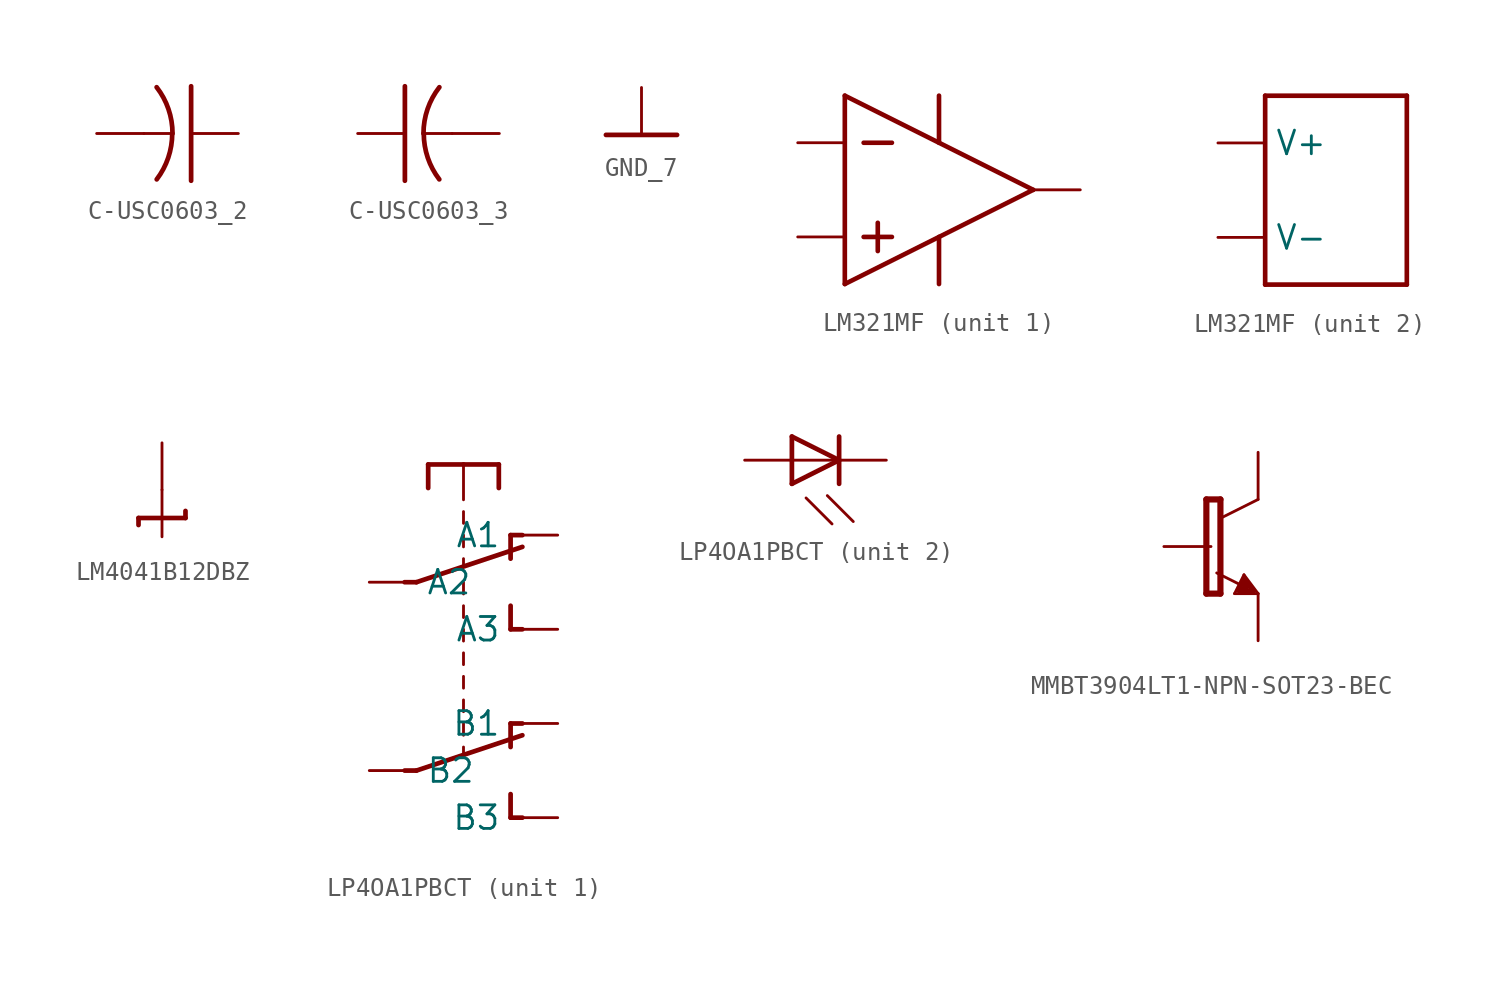
<source format=kicad_sym>
(kicad_symbol_lib
  (version 20231120)
  (generator "kicad_symbol_editor")
  (generator_version "8.0")
  (symbol "C-USC0603_2"
    (property "Reference" "C"
      (at 0 0 0)
      (effects (font (size 1.27 1.27)) (hide yes)))
    (property "ki_locked" ""
      (at 0 0 0)
      (effects (font (size 1.27 1.27))))
    (symbol "C-USC0603_2_1_0"
      (arc (start -0.58 -2.467) (mid 0.04 -1.3021) (end 0.2541 0) (stroke (width 0.254) (type solid)) (fill (type none)))
      (polyline (pts (xy 0.254 0) (xy -1.27 0)) (stroke (width 0.152) (type solid)) (fill (type none)))
      (polyline (pts (xy 1.27 -2.54) (xy 1.27 2.54)) (stroke (width 0.254) (type solid)) (fill (type none)))
      (arc (start 0.27 0) (mid 0.0506 1.3157) (end -0.584 2.489) (stroke (width 0.254) (type solid)) (fill (type none)))
      (pin passive line (at 3.81 0 180) (length 2.54) (name "1" (effects (font (size 0 0)))) (number "1" (effects (font (size 0 0)))))
      (pin passive line (at -3.81 0 0) (length 2.54) (name "2" (effects (font (size 0 0)))) (number "2" (effects (font (size 0 0)))))))
  (symbol "C-USC0603_3"
    (property "Reference" "C"
      (at 0 0 0)
      (effects (font (size 1.27 1.27)) (hide yes)))
    (property "ki_locked" ""
      (at 0 0 0)
      (effects (font (size 1.27 1.27))))
    (symbol "C-USC0603_3_1_0"
      (arc (start -0.254 0) (mid -0.0399 -1.3021) (end 0.58 -2.467) (stroke (width 0.254) (type solid)) (fill (type none)))
      (polyline (pts (xy -1.27 -2.54) (xy -1.27 2.54)) (stroke (width 0.254) (type solid)) (fill (type none)))
      (polyline (pts (xy -0.254 0) (xy 1.27 0)) (stroke (width 0.152) (type solid)) (fill (type none)))
      (arc (start 0.584 2.489) (mid -0.0506 1.3157) (end -0.27 0) (stroke (width 0.254) (type solid)) (fill (type none)))
      (pin passive line (at -3.81 0 0) (length 2.54) (name "1" (effects (font (size 0 0)))) (number "1" (effects (font (size 0 0)))))
      (pin passive line (at 3.81 0 180) (length 2.54) (name "2" (effects (font (size 0 0)))) (number "2" (effects (font (size 0 0)))))))
  (symbol "GND_7"
    (power)
    (property "Reference" "#GND"
      (at 0 0 0)
      (effects (font (size 1.27 1.27)) (hide yes)))
    (property "ki_locked" ""
      (at 0 0 0)
      (effects (font (size 1.27 1.27))))
    (symbol "GND_7_1_0"
      (polyline (pts (xy 1.905 0) (xy -1.905 0)) (stroke (width 0.254) (type solid)) (fill (type none)))
      (pin power_in line (at 0 2.54 270) (length 2.54) (name "GND" (effects (font (size 0 0)))) (number "1" (effects (font (size 0 0)))))))
  (symbol "LM321MF"
    (property "Reference" "U"
      (at 0 0 0)
      (effects (font (size 1.27 1.27)) (hide yes)))
    (property "ki_locked" ""
      (at 0 0 0)
      (effects (font (size 1.27 1.27))))
    (symbol "LM321MF_1_0"
      (polyline (pts (xy -5.08 -5.08) (xy 5.08 0)) (stroke (width 0.25) (type solid)) (fill (type none)))
      (polyline (pts (xy -5.08 5.08) (xy -5.08 -5.08)) (stroke (width 0.25) (type solid)) (fill (type none)))
      (polyline (pts (xy -5.08 5.08) (xy 5.08 0)) (stroke (width 0.25) (type solid)) (fill (type none)))
      (polyline (pts (xy -4.064 -2.54) (xy -2.54 -2.54)) (stroke (width 0.25) (type solid)) (fill (type none)))
      (polyline (pts (xy -4.064 2.54) (xy -2.54 2.54)) (stroke (width 0.25) (type solid)) (fill (type none)))
      (polyline (pts (xy -3.302 -1.778) (xy -3.302 -3.302)) (stroke (width 0.25) (type solid)) (fill (type none)))
      (polyline (pts (xy 0 -2.54) (xy 0 -5.08)) (stroke (width 0.25) (type solid)) (fill (type none)))
      (polyline (pts (xy 0 5.08) (xy 0 2.54)) (stroke (width 0.25) (type solid)) (fill (type none)))
      (pin input line (at -7.62 -2.54 0) (length 2.54) (name "IN+" (effects (font (size 0 0)))) (number "1" (effects (font (size 0 0)))))
      (pin input line (at -7.62 2.54 0) (length 2.54) (name "IN-" (effects (font (size 0 0)))) (number "3" (effects (font (size 0 0)))))
      (pin output line (at 7.62 0 180) (length 2.54) (name "OUT" (effects (font (size 0 0)))) (number "4" (effects (font (size 0 0))))))
    (symbol "LM321MF_2_0"
      (polyline (pts (xy -3.81 -5.08) (xy -3.81 5.08)) (stroke (width 0.25) (type solid)) (fill (type none)))
      (polyline (pts (xy -3.81 5.08) (xy 3.81 5.08)) (stroke (width 0.25) (type solid)) (fill (type none)))
      (polyline (pts (xy 3.81 -5.08) (xy -3.81 -5.08)) (stroke (width 0.25) (type solid)) (fill (type none)))
      (polyline (pts (xy 3.81 5.08) (xy 3.81 -5.08)) (stroke (width 0.25) (type solid)) (fill (type none)))
      (pin power_in line (at -6.35 -2.54 0) (length 2.54) (name "V-" (effects (font (size 1.27 1.27)))) (number "2" (effects (font (size 0 0)))))
      (pin power_in line (at -6.35 2.54 0) (length 2.54) (name "V+" (effects (font (size 1.27 1.27)))) (number "5" (effects (font (size 0 0)))))))
  (symbol "LM4041B12DBZ"
    (property "Reference" "IC"
      (at 0 0 0)
      (effects (font (size 1.27 1.27)) (hide yes)))
    (property "ki_locked" ""
      (at 0 0 0)
      (effects (font (size 1.27 1.27))))
    (symbol "LM4041B12DBZ_1_0"
      (polyline (pts (xy -1.27 -0.952) (xy -1.27 -0.572)) (stroke (width 0.254) (type solid)) (fill (type none)))
      (polyline (pts (xy -1.27 -0.572) (xy 0 -0.572)) (stroke (width 0.254) (type solid)) (fill (type none)))
      (polyline (pts (xy 0 -0.572) (xy 1.27 -0.572)) (stroke (width 0.254) (type solid)) (fill (type none)))
      (polyline (pts (xy 1.27 -0.572) (xy 1.27 -0.191)) (stroke (width 0.254) (type solid)) (fill (type none)))
      (pin passive line (at 0 -1.588 90) (length 2.54) (name "C" (effects (font (size 0 0)))) (number "1" (effects (font (size 0 0)))))
      (pin passive line (at 0 3.492 270) (length 2.54) (name "A" (effects (font (size 0 0)))) (number "2" (effects (font (size 0 0)))))))
  (symbol "LP4OA1PBCT"
    (property "Reference" "SW"
      (at 0 0 0)
      (effects (font (size 1.27 1.27)) (hide yes)))
    (property "ki_locked" ""
      (at 0 0 0)
      (effects (font (size 1.27 1.27))))
    (symbol "LP4OA1PBCT_1_0"
      (polyline (pts (xy -3.175 -6.985) (xy -2.54 -6.985)) (stroke (width 0.254) (type solid)) (fill (type none)))
      (polyline (pts (xy -3.175 3.175) (xy -2.54 3.175)) (stroke (width 0.254) (type solid)) (fill (type none)))
      (polyline (pts (xy -2.54 -6.985) (xy 3.175 -5.08)) (stroke (width 0.254) (type solid)) (fill (type none)))
      (polyline (pts (xy -2.54 3.175) (xy 3.175 5.08)) (stroke (width 0.254) (type solid)) (fill (type none)))
      (polyline (pts (xy -1.905 9.525) (xy -1.905 8.255)) (stroke (width 0.254) (type solid)) (fill (type none)))
      (polyline (pts (xy 0 -6.096) (xy 0 -5.715)) (stroke (width 0.152) (type solid)) (fill (type none)))
      (polyline (pts (xy 0 -5.08) (xy 0 -4.445)) (stroke (width 0.152) (type solid)) (fill (type none)))
      (polyline (pts (xy 0 -3.81) (xy 0 -3.175)) (stroke (width 0.152) (type solid)) (fill (type none)))
      (polyline (pts (xy 0 -2.54) (xy 0 -1.905)) (stroke (width 0.152) (type solid)) (fill (type none)))
      (polyline (pts (xy 0 -1.27) (xy 0 -0.635)) (stroke (width 0.152) (type solid)) (fill (type none)))
      (polyline (pts (xy 0 0) (xy 0 0.635)) (stroke (width 0.152) (type solid)) (fill (type none)))
      (polyline (pts (xy 0 1.27) (xy 0 1.905)) (stroke (width 0.152) (type solid)) (fill (type none)))
      (polyline (pts (xy 0 2.54) (xy 0 3.175)) (stroke (width 0.152) (type solid)) (fill (type none)))
      (polyline (pts (xy 0 4.064) (xy 0 4.445)) (stroke (width 0.152) (type solid)) (fill (type none)))
      (polyline (pts (xy 0 5.08) (xy 0 5.715)) (stroke (width 0.152) (type solid)) (fill (type none)))
      (polyline (pts (xy 0 6.35) (xy 0 6.985)) (stroke (width 0.152) (type solid)) (fill (type none)))
      (polyline (pts (xy 0 9.525) (xy -1.905 9.525)) (stroke (width 0.254) (type solid)) (fill (type none)))
      (polyline (pts (xy 0 9.525) (xy 0 7.62)) (stroke (width 0.152) (type solid)) (fill (type none)))
      (polyline (pts (xy 1.905 9.525) (xy 0 9.525)) (stroke (width 0.254) (type solid)) (fill (type none)))
      (polyline (pts (xy 1.905 9.525) (xy 1.905 8.255)) (stroke (width 0.254) (type solid)) (fill (type none)))
      (polyline (pts (xy 2.54 -9.525) (xy 3.175 -9.525)) (stroke (width 0.254) (type solid)) (fill (type none)))
      (polyline (pts (xy 2.54 -8.255) (xy 2.54 -9.525)) (stroke (width 0.254) (type solid)) (fill (type none)))
      (polyline (pts (xy 2.54 -4.445) (xy 2.54 -5.715)) (stroke (width 0.254) (type solid)) (fill (type none)))
      (polyline (pts (xy 2.54 -4.445) (xy 3.175 -4.445)) (stroke (width 0.254) (type solid)) (fill (type none)))
      (polyline (pts (xy 2.54 0.635) (xy 3.175 0.635)) (stroke (width 0.254) (type solid)) (fill (type none)))
      (polyline (pts (xy 2.54 1.905) (xy 2.54 0.635)) (stroke (width 0.254) (type solid)) (fill (type none)))
      (polyline (pts (xy 2.54 5.715) (xy 2.54 4.445)) (stroke (width 0.254) (type solid)) (fill (type none)))
      (polyline (pts (xy 2.54 5.715) (xy 3.175 5.715)) (stroke (width 0.254) (type solid)) (fill (type none)))
      (pin passive line (at 5.08 5.715 180) (length 2.54) (name "A1" (effects (font (size 1.27 1.27)))) (number "P1" (effects (font (size 0 0)))))
      (pin passive line (at -5.08 3.175 0) (length 2.54) (name "A2" (effects (font (size 1.27 1.27)))) (number "P2" (effects (font (size 0 0)))))
      (pin passive line (at 5.08 0.635 180) (length 2.54) (name "A3" (effects (font (size 1.27 1.27)))) (number "P3" (effects (font (size 0 0)))))
      (pin passive line (at 5.08 -4.445 180) (length 2.54) (name "B1" (effects (font (size 1.27 1.27)))) (number "P4" (effects (font (size 0 0)))))
      (pin passive line (at -5.08 -6.985 0) (length 2.54) (name "B2" (effects (font (size 1.27 1.27)))) (number "P5" (effects (font (size 0 0)))))
      (pin passive line (at 5.08 -9.525 180) (length 2.54) (name "B3" (effects (font (size 1.27 1.27)))) (number "P6" (effects (font (size 0 0))))))
    (symbol "LP4OA1PBCT_2_0"
      (polyline (pts (xy -1.651 1.08) (xy -1.651 -0.191)) (stroke (width 0.254) (type solid)) (fill (type none)))
      (polyline (pts (xy -1.651 1.08) (xy 0.889 1.08)) (stroke (width 0.152) (type solid)) (fill (type none)))
      (polyline (pts (xy -1.651 2.35) (xy -1.651 1.08)) (stroke (width 0.254) (type solid)) (fill (type none)))
      (polyline (pts (xy -1.651 2.35) (xy 0.889 1.08)) (stroke (width 0.254) (type solid)) (fill (type none)))
      (polyline (pts (xy -0.889 -0.952) (xy 0.508 -2.35)) (stroke (width 0.152) (type solid)) (fill (type none)))
      (polyline (pts (xy 0.254 -0.826) (xy 1.651 -2.222)) (stroke (width 0.152) (type solid)) (fill (type none)))
      (polyline (pts (xy 0.889 1.08) (xy -1.651 -0.191)) (stroke (width 0.254) (type solid)) (fill (type none)))
      (polyline (pts (xy 0.889 1.08) (xy 0.889 -0.191)) (stroke (width 0.254) (type solid)) (fill (type none)))
      (polyline (pts (xy 0.889 2.35) (xy 0.889 1.08)) (stroke (width 0.254) (type solid)) (fill (type none)))
      (pin passive line (at -4.191 1.08 0) (length 2.54) (name "L1" (effects (font (size 0 0)))) (number "L1" (effects (font (size 0 0)))))
      (pin passive line (at 3.429 1.08 180) (length 2.54) (name "L2" (effects (font (size 0 0)))) (number "L2" (effects (font (size 0 0)))))))
  (symbol "MMBT3904LT1-NPN-SOT23-BEC"
    (property "Reference" "Q"
      (at 0 0 0)
      (effects (font (size 1.27 1.27)) (hide yes)))
    (property "ki_locked" ""
      (at 0 0 0)
      (effects (font (size 1.27 1.27))))
    (symbol "MMBT3904LT1-NPN-SOT23-BEC_1_0"
      (polyline (pts (xy -1.395 -2.54) (xy -0.637 -2.54)) (stroke (width 0.333) (type solid)) (fill (type none)))
      (polyline (pts (xy -1.395 2.54) (xy -1.395 -2.54)) (stroke (width 0.333) (type solid)) (fill (type none)))
      (polyline (pts (xy -0.637 -2.54) (xy -0.637 2.54)) (stroke (width 0.333) (type solid)) (fill (type none)))
      (polyline (pts (xy -0.637 2.54) (xy -1.395 2.54)) (stroke (width 0.333) (type solid)) (fill (type none)))
      (polyline (pts (xy 0.125 -2.54) (xy 0.633 -1.524)) (stroke (width 0.152) (type solid)) (fill (type none)))
      (polyline (pts (xy 0.379 -2.413) (xy 1.141 -2.413)) (stroke (width 0.254) (type solid)) (fill (type none)))
      (polyline (pts (xy 0.379 -2.286) (xy 0.76 -2.286)) (stroke (width 0.254) (type solid)) (fill (type none)))
      (polyline (pts (xy 0.395 -2.04) (xy -0.837 -1.424)) (stroke (width 0.152) (type solid)) (fill (type none)))
      (polyline (pts (xy 0.633 -1.778) (xy 0.379 -2.286)) (stroke (width 0.254) (type solid)) (fill (type none)))
      (polyline (pts (xy 0.633 -1.524) (xy 1.395 -2.54)) (stroke (width 0.152) (type solid)) (fill (type none)))
      (polyline (pts (xy 0.76 -2.286) (xy 0.633 -2.032)) (stroke (width 0.254) (type solid)) (fill (type none)))
      (polyline (pts (xy 1.141 -2.413) (xy 0.633 -1.778)) (stroke (width 0.254) (type solid)) (fill (type none)))
      (polyline (pts (xy 1.395 -2.54) (xy 0.125 -2.54)) (stroke (width 0.152) (type solid)) (fill (type none)))
      (polyline (pts (xy 1.395 2.54) (xy -0.637 1.524)) (stroke (width 0.152) (type solid)) (fill (type none)))
      (pin passive line (at -3.685 0 0) (length 2.54) (name "B" (effects (font (size 0 0)))) (number "B" (effects (font (size 0 0)))))
      (pin passive line (at 1.395 5.08 270) (length 2.54) (name "C" (effects (font (size 0 0)))) (number "C" (effects (font (size 0 0)))))
      (pin passive line (at 1.395 -5.08 90) (length 2.54) (name "E" (effects (font (size 0 0)))) (number "E" (effects (font (size 0 0))))))))
</source>
